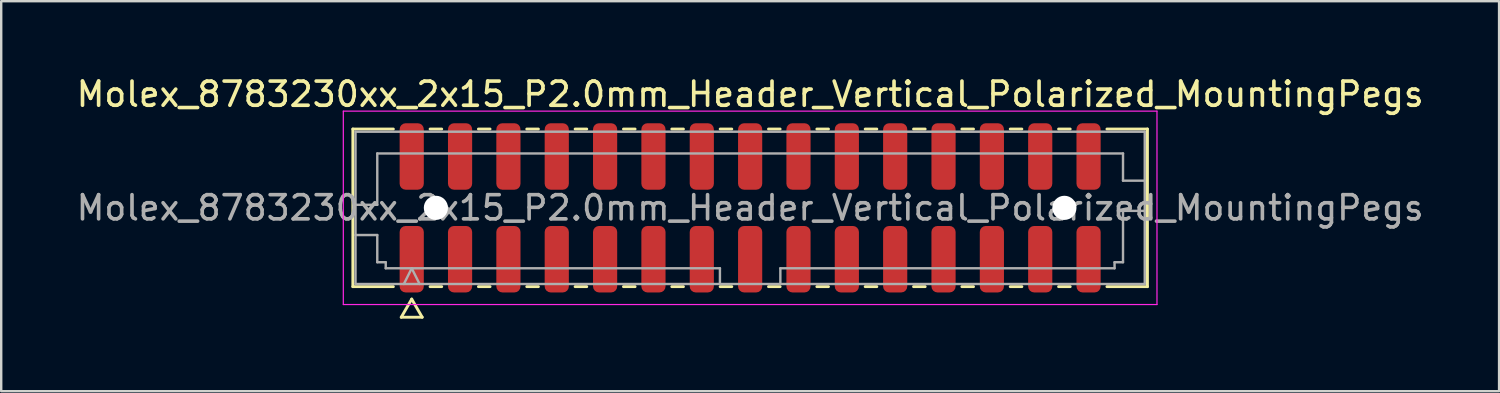
<source format=kicad_pcb>
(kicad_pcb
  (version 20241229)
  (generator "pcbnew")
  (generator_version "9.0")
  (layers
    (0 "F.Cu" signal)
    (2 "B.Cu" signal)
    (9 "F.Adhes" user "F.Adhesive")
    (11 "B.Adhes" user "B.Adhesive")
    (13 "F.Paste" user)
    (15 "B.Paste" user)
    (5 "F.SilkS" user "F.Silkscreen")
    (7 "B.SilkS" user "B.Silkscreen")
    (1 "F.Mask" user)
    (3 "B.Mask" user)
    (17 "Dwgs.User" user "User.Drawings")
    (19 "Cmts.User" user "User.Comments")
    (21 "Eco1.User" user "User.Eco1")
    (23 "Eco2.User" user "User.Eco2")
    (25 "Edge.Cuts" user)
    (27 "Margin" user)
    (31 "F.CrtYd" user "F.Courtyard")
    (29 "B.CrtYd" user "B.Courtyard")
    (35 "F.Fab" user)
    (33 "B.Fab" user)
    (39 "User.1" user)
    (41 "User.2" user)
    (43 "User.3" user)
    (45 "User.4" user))
  (footprint "Molex_8783230xx_2x15_P2.0mm_Header_Vertical_Polarized_MountingPegs"
    (layer "F.Cu")
    (at 27.982 5.548)
    (property "Reference" "Molex_8783230xx_2x15_P2.0mm_Header_Vertical_Polarized_MountingPegs" (at 0 -4.7 0) (layer "F.SilkS") (effects (font (size 1 1) (thickness 0.15))))
    (attr smd)
    (fp_line (start -16.435 -3.26) (end -14.76 -3.26) (stroke (width 0.12) (type solid)) (layer "F.SilkS"))
    (fp_line (start -16.435 3.26) (end -16.435 -3.26) (stroke (width 0.12) (type solid)) (layer "F.SilkS"))
    (fp_line (start -14.76 3.26) (end -16.435 3.26) (stroke (width 0.12) (type solid)) (layer "F.SilkS"))
    (fp_line (start -14.433 4.525) (end -14 3.775) (stroke (width 0.12) (type solid)) (layer "F.SilkS"))
    (fp_line (start -14 3.775) (end -13.567 4.525) (stroke (width 0.12) (type solid)) (layer "F.SilkS"))
    (fp_line (start -13.567 4.525) (end -14.433 4.525) (stroke (width 0.12) (type solid)) (layer "F.SilkS"))
    (fp_line (start -13.24 -3.26) (end -12.76 -3.26) (stroke (width 0.12) (type solid)) (layer "F.SilkS"))
    (fp_line (start -12.76 3.26) (end -13.24 3.26) (stroke (width 0.12) (type solid)) (layer "F.SilkS"))
    (fp_line (start -11.24 -3.26) (end -10.76 -3.26) (stroke (width 0.12) (type solid)) (layer "F.SilkS"))
    (fp_line (start -10.76 3.26) (end -11.24 3.26) (stroke (width 0.12) (type solid)) (layer "F.SilkS"))
    (fp_line (start -9.24 -3.26) (end -8.76 -3.26) (stroke (width 0.12) (type solid)) (layer "F.SilkS"))
    (fp_line (start -8.76 3.26) (end -9.24 3.26) (stroke (width 0.12) (type solid)) (layer "F.SilkS"))
    (fp_line (start -7.24 -3.26) (end -6.76 -3.26) (stroke (width 0.12) (type solid)) (layer "F.SilkS"))
    (fp_line (start -6.76 3.26) (end -7.24 3.26) (stroke (width 0.12) (type solid)) (layer "F.SilkS"))
    (fp_line (start -5.24 -3.26) (end -4.76 -3.26) (stroke (width 0.12) (type solid)) (layer "F.SilkS"))
    (fp_line (start -4.76 3.26) (end -5.24 3.26) (stroke (width 0.12) (type solid)) (layer "F.SilkS"))
    (fp_line (start -3.24 -3.26) (end -2.76 -3.26) (stroke (width 0.12) (type solid)) (layer "F.SilkS"))
    (fp_line (start -2.76 3.26) (end -3.24 3.26) (stroke (width 0.12) (type solid)) (layer "F.SilkS"))
    (fp_line (start -1.24 -3.26) (end -0.76 -3.26) (stroke (width 0.12) (type solid)) (layer "F.SilkS"))
    (fp_line (start -0.76 3.26) (end -1.24 3.26) (stroke (width 0.12) (type solid)) (layer "F.SilkS"))
    (fp_line (start 0.76 -3.26) (end 1.24 -3.26) (stroke (width 0.12) (type solid)) (layer "F.SilkS"))
    (fp_line (start 1.24 3.26) (end 0.76 3.26) (stroke (width 0.12) (type solid)) (layer "F.SilkS"))
    (fp_line (start 2.76 -3.26) (end 3.24 -3.26) (stroke (width 0.12) (type solid)) (layer "F.SilkS"))
    (fp_line (start 3.24 3.26) (end 2.76 3.26) (stroke (width 0.12) (type solid)) (layer "F.SilkS"))
    (fp_line (start 4.76 -3.26) (end 5.24 -3.26) (stroke (width 0.12) (type solid)) (layer "F.SilkS"))
    (fp_line (start 5.24 3.26) (end 4.76 3.26) (stroke (width 0.12) (type solid)) (layer "F.SilkS"))
    (fp_line (start 6.76 -3.26) (end 7.24 -3.26) (stroke (width 0.12) (type solid)) (layer "F.SilkS"))
    (fp_line (start 7.24 3.26) (end 6.76 3.26) (stroke (width 0.12) (type solid)) (layer "F.SilkS"))
    (fp_line (start 8.76 -3.26) (end 9.24 -3.26) (stroke (width 0.12) (type solid)) (layer "F.SilkS"))
    (fp_line (start 9.24 3.26) (end 8.76 3.26) (stroke (width 0.12) (type solid)) (layer "F.SilkS"))
    (fp_line (start 10.76 -3.26) (end 11.24 -3.26) (stroke (width 0.12) (type solid)) (layer "F.SilkS"))
    (fp_line (start 11.24 3.26) (end 10.76 3.26) (stroke (width 0.12) (type solid)) (layer "F.SilkS"))
    (fp_line (start 12.76 -3.26) (end 13.24 -3.26) (stroke (width 0.12) (type solid)) (layer "F.SilkS"))
    (fp_line (start 13.24 3.26) (end 12.76 3.26) (stroke (width 0.12) (type solid)) (layer "F.SilkS"))
    (fp_line (start 14.76 -3.26) (end 16.435 -3.26) (stroke (width 0.12) (type solid)) (layer "F.SilkS"))
    (fp_line (start 16.435 -3.26) (end 16.435 3.26) (stroke (width 0.12) (type solid)) (layer "F.SilkS"))
    (fp_line (start 16.435 3.26) (end 14.76 3.26) (stroke (width 0.12) (type solid)) (layer "F.SilkS"))
    (fp_line (start -16.83 -4) (end -16.83 4) (stroke (width 0.05) (type solid)) (layer "F.CrtYd"))
    (fp_line (start -16.83 4) (end 16.83 4) (stroke (width 0.05) (type solid)) (layer "F.CrtYd"))
    (fp_line (start 16.83 -4) (end -16.83 -4) (stroke (width 0.05) (type solid)) (layer "F.CrtYd"))
    (fp_line (start 16.83 4) (end 16.83 -4) (stroke (width 0.05) (type solid)) (layer "F.CrtYd"))
    (fp_line (start -16.325 -3.15) (end 16.325 -3.15) (stroke (width 0.1) (type solid)) (layer "F.Fab"))
    (fp_line (start -16.325 -0.125) (end -15.425 -0.125) (stroke (width 0.1) (type solid)) (layer "F.Fab"))
    (fp_line (start -16.325 1.125) (end -15.425 1.125) (stroke (width 0.1) (type solid)) (layer "F.Fab"))
    (fp_line (start -16.325 3.15) (end -16.325 -3.15) (stroke (width 0.1) (type solid)) (layer "F.Fab"))
    (fp_line (start -15.425 -2.25) (end 15.425 -2.25) (stroke (width 0.1) (type solid)) (layer "F.Fab"))
    (fp_line (start -15.425 -0.125) (end -15.425 -2.25) (stroke (width 0.1) (type solid)) (layer "F.Fab"))
    (fp_line (start -15.425 1.125) (end -15.425 2.25) (stroke (width 0.1) (type solid)) (layer "F.Fab"))
    (fp_line (start -15.425 2.25) (end -15.075 2.25) (stroke (width 0.1) (type solid)) (layer "F.Fab"))
    (fp_line (start -15.075 2.25) (end -15.075 2.5) (stroke (width 0.1) (type solid)) (layer "F.Fab"))
    (fp_line (start -15.075 2.5) (end -1.25 2.5) (stroke (width 0.1) (type solid)) (layer "F.Fab"))
    (fp_line (start -14.325 3.15) (end -14 2.5) (stroke (width 0.1) (type solid)) (layer "F.Fab"))
    (fp_line (start -14 2.5) (end -13.675 3.15) (stroke (width 0.1) (type solid)) (layer "F.Fab"))
    (fp_line (start -1.25 2.5) (end -1.25 3.15) (stroke (width 0.1) (type solid)) (layer "F.Fab"))
    (fp_line (start 1.25 2.5) (end 1.25 3.15) (stroke (width 0.1) (type solid)) (layer "F.Fab"))
    (fp_line (start 1.25 2.5) (end 15.075 2.5) (stroke (width 0.1) (type solid)) (layer "F.Fab"))
    (fp_line (start 15.075 2.25) (end 15.425 2.25) (stroke (width 0.1) (type solid)) (layer "F.Fab"))
    (fp_line (start 15.075 2.5) (end 15.075 2.25) (stroke (width 0.1) (type solid)) (layer "F.Fab"))
    (fp_line (start 15.425 -2.25) (end 15.425 -1.125) (stroke (width 0.1) (type solid)) (layer "F.Fab"))
    (fp_line (start 15.425 -1.125) (end 16.325 -1.125) (stroke (width 0.1) (type solid)) (layer "F.Fab"))
    (fp_line (start 15.425 0.125) (end 16.325 0.125) (stroke (width 0.1) (type solid)) (layer "F.Fab"))
    (fp_line (start 15.425 2.25) (end 15.425 0.125) (stroke (width 0.1) (type solid)) (layer "F.Fab"))
    (fp_line (start 16.325 -3.15) (end 16.325 3.15) (stroke (width 0.1) (type solid)) (layer "F.Fab"))
    (fp_line (start 16.325 3.15) (end -16.325 3.15) (stroke (width 0.1) (type solid)) (layer "F.Fab"))
    (fp_text user "${REFERENCE}" (at 0 0 0) (layer "F.Fab") (effects (font (size 1 1) (thickness 0.15))))
    (pad "" np_thru_hole circle (at -13 0) (size 1 1) (drill 1) (layers "*.Cu" "*.Mask"))
    (pad "" np_thru_hole circle (at 13 0) (size 1 1) (drill 1) (layers "*.Cu" "*.Mask"))
    (pad "1" smd roundrect (at -14 2.125) (size 1 2.75) (layers "F.Cu" "F.Mask" "F.Paste") (roundrect_rratio 0.25))
    (pad "2" smd roundrect (at -14 -2.125) (size 1 2.75) (layers "F.Cu" "F.Mask" "F.Paste") (roundrect_rratio 0.25))
    (pad "3" smd roundrect (at -12 2.125) (size 1 2.75) (layers "F.Cu" "F.Mask" "F.Paste") (roundrect_rratio 0.25))
    (pad "4" smd roundrect (at -12 -2.125) (size 1 2.75) (layers "F.Cu" "F.Mask" "F.Paste") (roundrect_rratio 0.25))
    (pad "5" smd roundrect (at -10 2.125) (size 1 2.75) (layers "F.Cu" "F.Mask" "F.Paste") (roundrect_rratio 0.25))
    (pad "6" smd roundrect (at -10 -2.125) (size 1 2.75) (layers "F.Cu" "F.Mask" "F.Paste") (roundrect_rratio 0.25))
    (pad "7" smd roundrect (at -8 2.125) (size 1 2.75) (layers "F.Cu" "F.Mask" "F.Paste") (roundrect_rratio 0.25))
    (pad "8" smd roundrect (at -8 -2.125) (size 1 2.75) (layers "F.Cu" "F.Mask" "F.Paste") (roundrect_rratio 0.25))
    (pad "9" smd roundrect (at -6 2.125) (size 1 2.75) (layers "F.Cu" "F.Mask" "F.Paste") (roundrect_rratio 0.25))
    (pad "10" smd roundrect (at -6 -2.125) (size 1 2.75) (layers "F.Cu" "F.Mask" "F.Paste") (roundrect_rratio 0.25))
    (pad "11" smd roundrect (at -4 2.125) (size 1 2.75) (layers "F.Cu" "F.Mask" "F.Paste") (roundrect_rratio 0.25))
    (pad "12" smd roundrect (at -4 -2.125) (size 1 2.75) (layers "F.Cu" "F.Mask" "F.Paste") (roundrect_rratio 0.25))
    (pad "13" smd roundrect (at -2 2.125) (size 1 2.75) (layers "F.Cu" "F.Mask" "F.Paste") (roundrect_rratio 0.25))
    (pad "14" smd roundrect (at -2 -2.125) (size 1 2.75) (layers "F.Cu" "F.Mask" "F.Paste") (roundrect_rratio 0.25))
    (pad "15" smd roundrect (at 0 2.125) (size 1 2.75) (layers "F.Cu" "F.Mask" "F.Paste") (roundrect_rratio 0.25))
    (pad "16" smd roundrect (at 0 -2.125) (size 1 2.75) (layers "F.Cu" "F.Mask" "F.Paste") (roundrect_rratio 0.25))
    (pad "17" smd roundrect (at 2 2.125) (size 1 2.75) (layers "F.Cu" "F.Mask" "F.Paste") (roundrect_rratio 0.25))
    (pad "18" smd roundrect (at 2 -2.125) (size 1 2.75) (layers "F.Cu" "F.Mask" "F.Paste") (roundrect_rratio 0.25))
    (pad "19" smd roundrect (at 4 2.125) (size 1 2.75) (layers "F.Cu" "F.Mask" "F.Paste") (roundrect_rratio 0.25))
    (pad "20" smd roundrect (at 4 -2.125) (size 1 2.75) (layers "F.Cu" "F.Mask" "F.Paste") (roundrect_rratio 0.25))
    (pad "21" smd roundrect (at 6 2.125) (size 1 2.75) (layers "F.Cu" "F.Mask" "F.Paste") (roundrect_rratio 0.25))
    (pad "22" smd roundrect (at 6 -2.125) (size 1 2.75) (layers "F.Cu" "F.Mask" "F.Paste") (roundrect_rratio 0.25))
    (pad "23" smd roundrect (at 8 2.125) (size 1 2.75) (layers "F.Cu" "F.Mask" "F.Paste") (roundrect_rratio 0.25))
    (pad "24" smd roundrect (at 8 -2.125) (size 1 2.75) (layers "F.Cu" "F.Mask" "F.Paste") (roundrect_rratio 0.25))
    (pad "25" smd roundrect (at 10 2.125) (size 1 2.75) (layers "F.Cu" "F.Mask" "F.Paste") (roundrect_rratio 0.25))
    (pad "26" smd roundrect (at 10 -2.125) (size 1 2.75) (layers "F.Cu" "F.Mask" "F.Paste") (roundrect_rratio 0.25))
    (pad "27" smd roundrect (at 12 2.125) (size 1 2.75) (layers "F.Cu" "F.Mask" "F.Paste") (roundrect_rratio 0.25))
    (pad "28" smd roundrect (at 12 -2.125) (size 1 2.75) (layers "F.Cu" "F.Mask" "F.Paste") (roundrect_rratio 0.25))
    (pad "29" smd roundrect (at 14 2.125) (size 1 2.75) (layers "F.Cu" "F.Mask" "F.Paste") (roundrect_rratio 0.25))
    (pad "30" smd roundrect (at 14 -2.125) (size 1 2.75) (layers "F.Cu" "F.Mask" "F.Paste") (roundrect_rratio 0.25)))
  (gr_rect
    (start -3 -3)
    (end 58.964 13.133)
    (stroke (width 0.1) (type default))
    (fill no)
    (layer "Edge.Cuts")))
</source>
